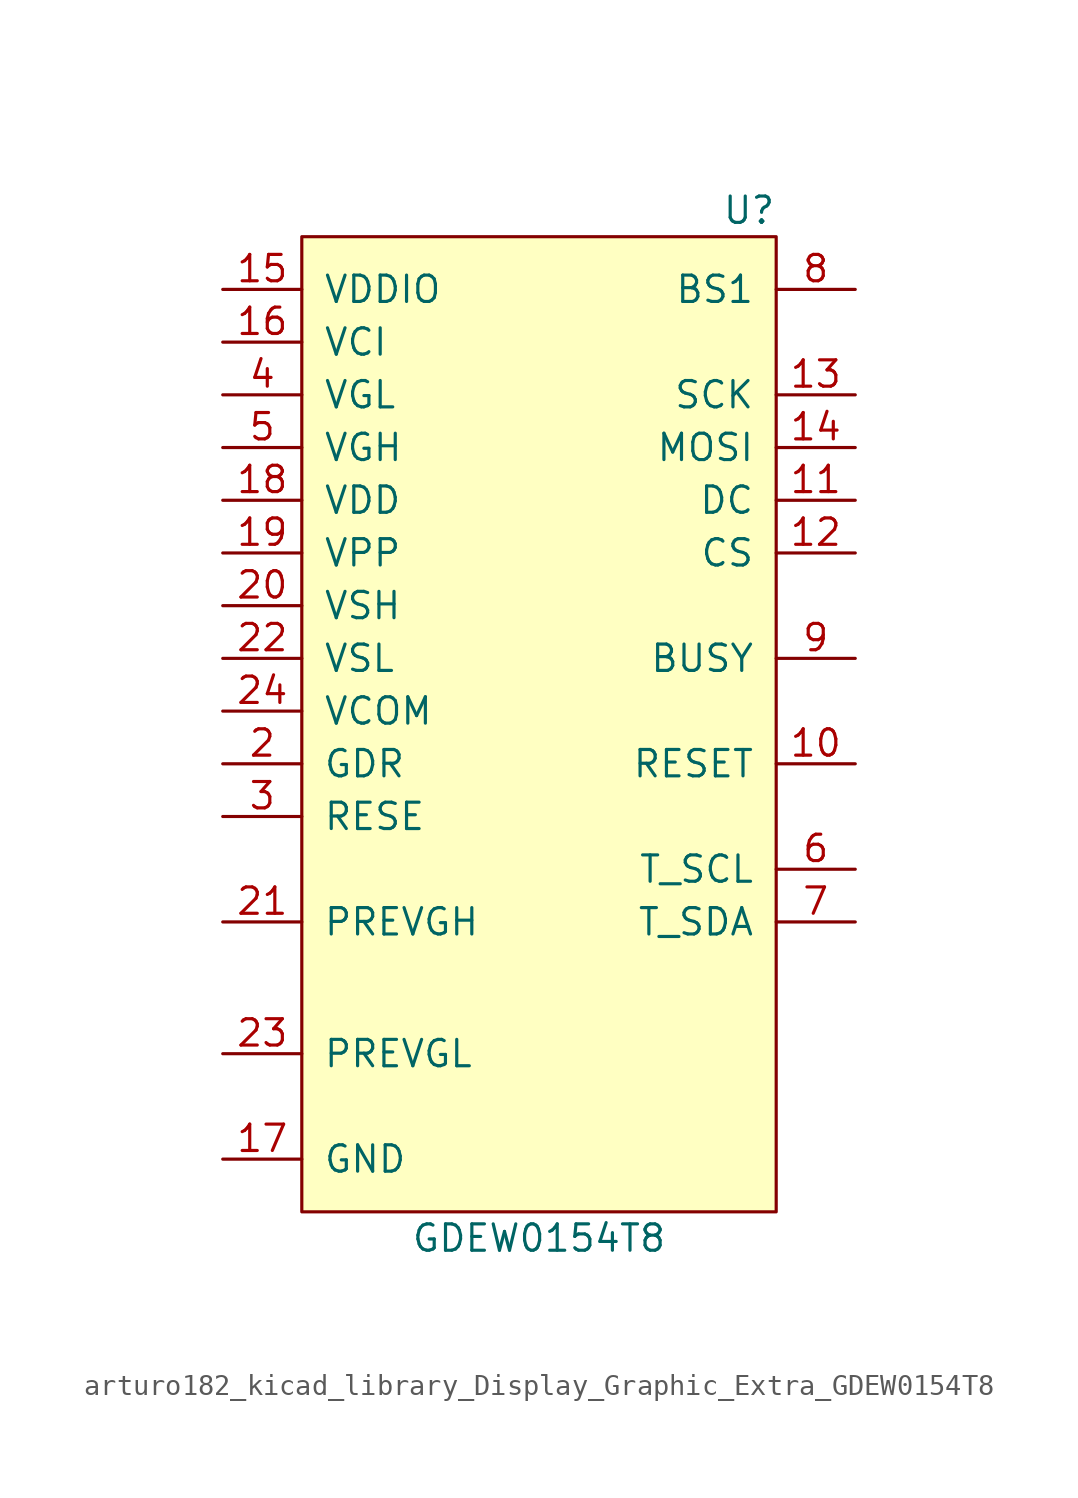
<source format=kicad_sym>
(kicad_symbol_lib
  (version 20220914)
  (generator kicad_symbol_editor)
  (symbol "arturo182_kicad_library_Display_Graphic_Extra_GDEW0154T8"
    (pin_names
      (offset 1.016))
    (property "Reference" "U"
      (at 11.43 26.67 0)
      (effects (font (size 1.27 1.27)) (justify right)))
    (property "Value" "GDEW0154T8"
      (at 0 -22.86 0)
      (effects (font (size 1.27 1.27))))
    (symbol "arturo182_kicad_library_Display_Graphic_Extra_GDEW0154T8_0_1"
      (rectangle (start -11.43 25.4) (end 11.43 -21.59) (stroke (width 0) (type default)) (fill (type background))))
    (symbol "arturo182_kicad_library_Display_Graphic_Extra_GDEW0154T8_1_1"
      (pin input line (at 15.24 0 180) (length 3.81) (name "RESET" (effects (font (size 1.27 1.27)))) (number "10" (effects (font (size 1.27 1.27)))))
      (pin input line (at 15.24 12.7 180) (length 3.81) (name "DC" (effects (font (size 1.27 1.27)))) (number "11" (effects (font (size 1.27 1.27)))))
      (pin input line (at 15.24 10.16 180) (length 3.81) (name "CS" (effects (font (size 1.27 1.27)))) (number "12" (effects (font (size 1.27 1.27)))))
      (pin bidirectional line (at 15.24 17.78 180) (length 3.81) (name "SCK" (effects (font (size 1.27 1.27)))) (number "13" (effects (font (size 1.27 1.27)))))
      (pin bidirectional line (at 15.24 15.24 180) (length 3.81) (name "MOSI" (effects (font (size 1.27 1.27)))) (number "14" (effects (font (size 1.27 1.27)))))
      (pin power_in line (at -15.24 22.86 0) (length 3.81) (name "VDDIO" (effects (font (size 1.27 1.27)))) (number "15" (effects (font (size 1.27 1.27)))))
      (pin power_in line (at -15.24 20.32 0) (length 3.81) (name "VCI" (effects (font (size 1.27 1.27)))) (number "16" (effects (font (size 1.27 1.27)))))
      (pin power_in line (at -15.24 -19.05 0) (length 3.81) (name "GND" (effects (font (size 1.27 1.27)))) (number "17" (effects (font (size 1.27 1.27)))))
      (pin power_out line (at -15.24 12.7 0) (length 3.81) (name "VDD" (effects (font (size 1.27 1.27)))) (number "18" (effects (font (size 1.27 1.27)))))
      (pin power_out line (at -15.24 10.16 0) (length 3.81) (name "VPP" (effects (font (size 1.27 1.27)))) (number "19" (effects (font (size 1.27 1.27)))))
      (pin output line (at -15.24 0 0) (length 3.81) (name "GDR" (effects (font (size 1.27 1.27)))) (number "2" (effects (font (size 1.27 1.27)))))
      (pin power_out line (at -15.24 7.62 0) (length 3.81) (name "VSH" (effects (font (size 1.27 1.27)))) (number "20" (effects (font (size 1.27 1.27)))))
      (pin power_in line (at -15.24 -7.62 0) (length 3.81) (name "PREVGH" (effects (font (size 1.27 1.27)))) (number "21" (effects (font (size 1.27 1.27)))))
      (pin power_out line (at -15.24 5.08 0) (length 3.81) (name "VSL" (effects (font (size 1.27 1.27)))) (number "22" (effects (font (size 1.27 1.27)))))
      (pin power_in line (at -15.24 -13.97 0) (length 3.81) (name "PREVGL" (effects (font (size 1.27 1.27)))) (number "23" (effects (font (size 1.27 1.27)))))
      (pin power_out line (at -15.24 2.54 0) (length 3.81) (name "VCOM" (effects (font (size 1.27 1.27)))) (number "24" (effects (font (size 1.27 1.27)))))
      (pin output line (at -15.24 -2.54 0) (length 3.81) (name "RESE" (effects (font (size 1.27 1.27)))) (number "3" (effects (font (size 1.27 1.27)))))
      (pin power_out line (at -15.24 17.78 0) (length 3.81) (name "VGL" (effects (font (size 1.27 1.27)))) (number "4" (effects (font (size 1.27 1.27)))))
      (pin power_out line (at -15.24 15.24 0) (length 3.81) (name "VGH" (effects (font (size 1.27 1.27)))) (number "5" (effects (font (size 1.27 1.27)))))
      (pin output line (at 15.24 -5.08 180) (length 3.81) (name "T_SCL" (effects (font (size 1.27 1.27)))) (number "6" (effects (font (size 1.27 1.27)))))
      (pin bidirectional line (at 15.24 -7.62 180) (length 3.81) (name "T_SDA" (effects (font (size 1.27 1.27)))) (number "7" (effects (font (size 1.27 1.27)))))
      (pin input line (at 15.24 22.86 180) (length 3.81) (name "BS1" (effects (font (size 1.27 1.27)))) (number "8" (effects (font (size 1.27 1.27)))))
      (pin output line (at 15.24 5.08 180) (length 3.81) (name "BUSY" (effects (font (size 1.27 1.27)))) (number "9" (effects (font (size 1.27 1.27))))))))
</source>
